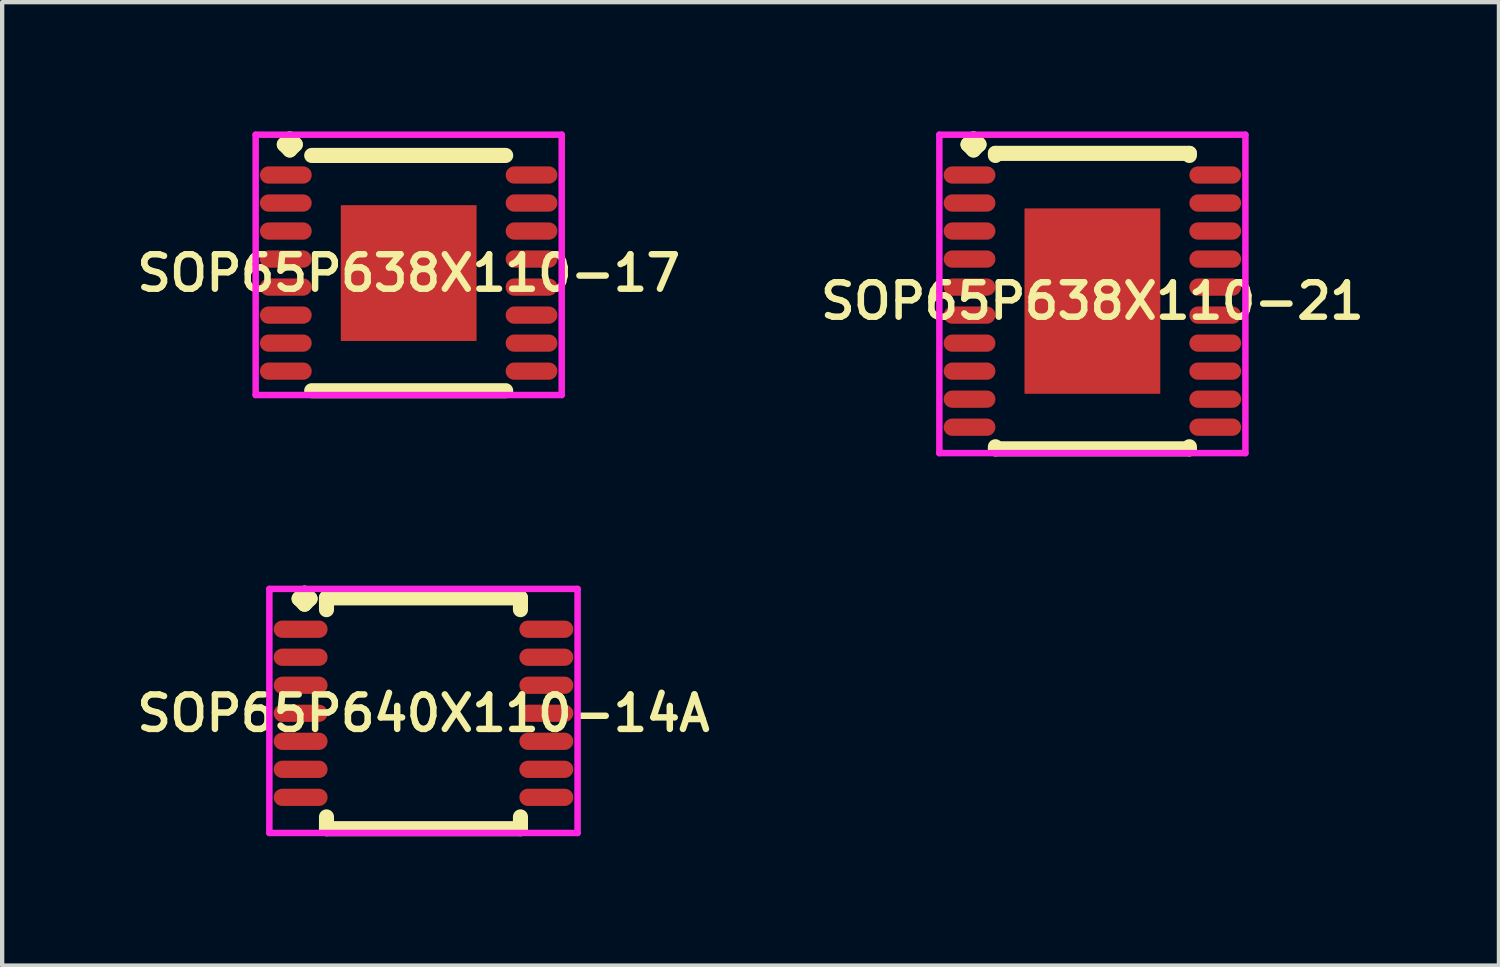
<source format=kicad_pcb>
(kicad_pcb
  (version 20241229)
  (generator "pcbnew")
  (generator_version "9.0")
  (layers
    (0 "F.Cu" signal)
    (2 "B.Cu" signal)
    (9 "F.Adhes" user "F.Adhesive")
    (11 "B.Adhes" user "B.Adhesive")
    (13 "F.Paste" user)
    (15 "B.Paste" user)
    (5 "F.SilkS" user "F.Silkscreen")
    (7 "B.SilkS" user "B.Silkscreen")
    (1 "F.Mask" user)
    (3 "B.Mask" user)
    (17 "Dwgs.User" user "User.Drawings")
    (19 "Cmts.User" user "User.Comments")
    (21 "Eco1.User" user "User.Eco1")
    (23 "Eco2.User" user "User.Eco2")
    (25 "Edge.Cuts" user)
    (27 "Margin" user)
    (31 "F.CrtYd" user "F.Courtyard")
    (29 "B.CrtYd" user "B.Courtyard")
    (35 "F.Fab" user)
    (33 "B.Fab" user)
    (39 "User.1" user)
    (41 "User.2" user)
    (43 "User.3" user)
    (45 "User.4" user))
  (footprint "SOP65P638X110-21"
    (layer "F.Cu")
    (at 22.292 3.935)
    (property "Reference" "SOP65P638X110-21" (at 0 0 0) (layer "F.SilkS") (effects (font (size 0.8 0.8) (thickness 0.15))))
    (attr smd)
    (fp_line (start -2.885 -3.633) (end -2.758 -3.76) (stroke (width 0.35) (type solid)) (layer "F.SilkS"))
    (fp_line (start -2.758 -3.76) (end -2.631 -3.633) (stroke (width 0.35) (type solid)) (layer "F.SilkS"))
    (fp_line (start -2.758 -3.506) (end -2.885 -3.633) (stroke (width 0.35) (type solid)) (layer "F.SilkS"))
    (fp_line (start -2.631 -3.633) (end -2.758 -3.506) (stroke (width 0.35) (type solid)) (layer "F.SilkS"))
    (fp_line (start -2.25 -3.427) (end 2.25 -3.427) (stroke (width 0.35) (type solid)) (layer "F.SilkS"))
    (fp_line (start -2.25 -3.379) (end -2.25 -3.427) (stroke (width 0.35) (type solid)) (layer "F.SilkS"))
    (fp_line (start -2.25 3.379) (end -2.25 3.427) (stroke (width 0.35) (type solid)) (layer "F.SilkS"))
    (fp_line (start -2.25 3.427) (end 2.25 3.427) (stroke (width 0.35) (type solid)) (layer "F.SilkS"))
    (fp_line (start 2.25 -3.427) (end 2.25 -3.379) (stroke (width 0.35) (type solid)) (layer "F.SilkS"))
    (fp_line (start 2.25 3.427) (end 2.25 3.379) (stroke (width 0.35) (type solid)) (layer "F.SilkS"))
    (fp_line (start -3.55 -3.86) (end 3.55 -3.86) (stroke (width 0.15) (type solid)) (layer "F.CrtYd"))
    (fp_line (start -3.55 3.527) (end -3.55 -3.86) (stroke (width 0.15) (type solid)) (layer "F.CrtYd"))
    (fp_line (start 3.55 -3.86) (end 3.55 3.527) (stroke (width 0.15) (type solid)) (layer "F.CrtYd"))
    (fp_line (start 3.55 3.527) (end -3.55 3.527) (stroke (width 0.15) (type solid)) (layer "F.CrtYd"))
    (pad "1" smd oval (at -2.85 -2.925) (size 1.2 0.4) (layers "F.Cu" "F.Mask" "F.Paste"))
    (pad "2" smd oval (at -2.85 -2.275) (size 1.2 0.4) (layers "F.Cu" "F.Mask" "F.Paste"))
    (pad "3" smd oval (at -2.85 -1.625) (size 1.2 0.4) (layers "F.Cu" "F.Mask" "F.Paste"))
    (pad "4" smd oval (at -2.85 -0.975) (size 1.2 0.4) (layers "F.Cu" "F.Mask" "F.Paste"))
    (pad "5" smd oval (at -2.85 -0.325) (size 1.2 0.4) (layers "F.Cu" "F.Mask" "F.Paste"))
    (pad "6" smd oval (at -2.85 0.325) (size 1.2 0.4) (layers "F.Cu" "F.Mask" "F.Paste"))
    (pad "7" smd oval (at -2.85 0.975) (size 1.2 0.4) (layers "F.Cu" "F.Mask" "F.Paste"))
    (pad "8" smd oval (at -2.85 1.625) (size 1.2 0.4) (layers "F.Cu" "F.Mask" "F.Paste"))
    (pad "9" smd oval (at -2.85 2.275) (size 1.2 0.4) (layers "F.Cu" "F.Mask" "F.Paste"))
    (pad "10" smd oval (at -2.85 2.925) (size 1.2 0.4) (layers "F.Cu" "F.Mask" "F.Paste"))
    (pad "11" smd oval (at 2.85 2.925) (size 1.2 0.4) (layers "F.Cu" "F.Mask" "F.Paste"))
    (pad "12" smd oval (at 2.85 2.275) (size 1.2 0.4) (layers "F.Cu" "F.Mask" "F.Paste"))
    (pad "13" smd oval (at 2.85 1.625) (size 1.2 0.4) (layers "F.Cu" "F.Mask" "F.Paste"))
    (pad "14" smd oval (at 2.85 0.975) (size 1.2 0.4) (layers "F.Cu" "F.Mask" "F.Paste"))
    (pad "15" smd oval (at 2.85 0.325) (size 1.2 0.4) (layers "F.Cu" "F.Mask" "F.Paste"))
    (pad "16" smd oval (at 2.85 -0.325) (size 1.2 0.4) (layers "F.Cu" "F.Mask" "F.Paste"))
    (pad "17" smd oval (at 2.85 -0.975) (size 1.2 0.4) (layers "F.Cu" "F.Mask" "F.Paste"))
    (pad "18" smd oval (at 2.85 -1.625) (size 1.2 0.4) (layers "F.Cu" "F.Mask" "F.Paste"))
    (pad "19" smd oval (at 2.85 -2.275) (size 1.2 0.4) (layers "F.Cu" "F.Mask" "F.Paste"))
    (pad "20" smd oval (at 2.85 -2.925) (size 1.2 0.4) (layers "F.Cu" "F.Mask" "F.Paste"))
    (pad "21" smd rect (at 0 0) (size 3.15 4.3) (layers "F.Cu" "F.Mask" "F.Paste")))
  (footprint "SOP65P638X110-17"
    (layer "F.Cu")
    (at 6.431 3.285)
    (property "Reference" "SOP65P638X110-17" (at 0 0 0) (layer "F.SilkS") (effects (font (size 0.8 0.8) (thickness 0.15))))
    (attr smd)
    (fp_line (start -2.885 -2.983) (end -2.758 -3.11) (stroke (width 0.35) (type solid)) (layer "F.SilkS"))
    (fp_line (start -2.758 -3.11) (end -2.631 -2.983) (stroke (width 0.35) (type solid)) (layer "F.SilkS"))
    (fp_line (start -2.758 -2.856) (end -2.885 -2.983) (stroke (width 0.35) (type solid)) (layer "F.SilkS"))
    (fp_line (start -2.631 -2.983) (end -2.758 -2.856) (stroke (width 0.35) (type solid)) (layer "F.SilkS"))
    (fp_line (start -2.25 -2.729) (end 2.25 -2.729) (stroke (width 0.35) (type solid)) (layer "F.SilkS"))
    (fp_line (start -2.25 2.729) (end 2.25 2.729) (stroke (width 0.35) (type solid)) (layer "F.SilkS"))
    (fp_line (start -3.55 -3.21) (end 3.55 -3.21) (stroke (width 0.15) (type solid)) (layer "F.CrtYd"))
    (fp_line (start -3.55 2.829) (end -3.55 -3.21) (stroke (width 0.15) (type solid)) (layer "F.CrtYd"))
    (fp_line (start 3.55 -3.21) (end 3.55 2.829) (stroke (width 0.15) (type solid)) (layer "F.CrtYd"))
    (fp_line (start 3.55 2.829) (end -3.55 2.829) (stroke (width 0.15) (type solid)) (layer "F.CrtYd"))
    (pad "1" smd oval (at -2.85 -2.275) (size 1.2 0.4) (layers "F.Cu" "F.Mask" "F.Paste"))
    (pad "2" smd oval (at -2.85 -1.625) (size 1.2 0.4) (layers "F.Cu" "F.Mask" "F.Paste"))
    (pad "3" smd oval (at -2.85 -0.975) (size 1.2 0.4) (layers "F.Cu" "F.Mask" "F.Paste"))
    (pad "4" smd oval (at -2.85 -0.325) (size 1.2 0.4) (layers "F.Cu" "F.Mask" "F.Paste"))
    (pad "5" smd oval (at -2.85 0.325) (size 1.2 0.4) (layers "F.Cu" "F.Mask" "F.Paste"))
    (pad "6" smd oval (at -2.85 0.975) (size 1.2 0.4) (layers "F.Cu" "F.Mask" "F.Paste"))
    (pad "7" smd oval (at -2.85 1.625) (size 1.2 0.4) (layers "F.Cu" "F.Mask" "F.Paste"))
    (pad "8" smd oval (at -2.85 2.275) (size 1.2 0.4) (layers "F.Cu" "F.Mask" "F.Paste"))
    (pad "9" smd oval (at 2.85 2.275) (size 1.2 0.4) (layers "F.Cu" "F.Mask" "F.Paste"))
    (pad "10" smd oval (at 2.85 1.625) (size 1.2 0.4) (layers "F.Cu" "F.Mask" "F.Paste"))
    (pad "11" smd oval (at 2.85 0.975) (size 1.2 0.4) (layers "F.Cu" "F.Mask" "F.Paste"))
    (pad "12" smd oval (at 2.85 0.325) (size 1.2 0.4) (layers "F.Cu" "F.Mask" "F.Paste"))
    (pad "13" smd oval (at 2.85 -0.325) (size 1.2 0.4) (layers "F.Cu" "F.Mask" "F.Paste"))
    (pad "14" smd oval (at 2.85 -0.975) (size 1.2 0.4) (layers "F.Cu" "F.Mask" "F.Paste"))
    (pad "15" smd oval (at 2.85 -1.625) (size 1.2 0.4) (layers "F.Cu" "F.Mask" "F.Paste"))
    (pad "16" smd oval (at 2.85 -2.275) (size 1.2 0.4) (layers "F.Cu" "F.Mask" "F.Paste"))
    (pad "17" smd rect (at 0 0) (size 3.15 3.15) (layers "F.Cu" "F.Mask" "F.Paste")))
  (footprint "SOP65P640X110-14A"
    (layer "F.Cu")
    (at 6.774 13.497)
    (property "Reference" "SOP65P640X110-14A" (at 0 0 0) (layer "F.SilkS") (effects (font (size 0.8 0.8) (thickness 0.15))))
    (attr smd)
    (fp_line (start -2.885 -2.658) (end -2.758 -2.785) (stroke (width 0.35) (type solid)) (layer "F.SilkS"))
    (fp_line (start -2.758 -2.785) (end -2.631 -2.658) (stroke (width 0.35) (type solid)) (layer "F.SilkS"))
    (fp_line (start -2.758 -2.531) (end -2.885 -2.658) (stroke (width 0.35) (type solid)) (layer "F.SilkS"))
    (fp_line (start -2.631 -2.658) (end -2.758 -2.531) (stroke (width 0.35) (type solid)) (layer "F.SilkS"))
    (fp_line (start -2.25 -2.677) (end 2.25 -2.677) (stroke (width 0.35) (type solid)) (layer "F.SilkS"))
    (fp_line (start -2.25 -2.404) (end -2.25 -2.677) (stroke (width 0.35) (type solid)) (layer "F.SilkS"))
    (fp_line (start -2.25 2.404) (end -2.25 2.677) (stroke (width 0.35) (type solid)) (layer "F.SilkS"))
    (fp_line (start -2.25 2.677) (end 2.25 2.677) (stroke (width 0.35) (type solid)) (layer "F.SilkS"))
    (fp_line (start 2.25 -2.677) (end 2.25 -2.404) (stroke (width 0.35) (type solid)) (layer "F.SilkS"))
    (fp_line (start 2.25 2.677) (end 2.25 2.404) (stroke (width 0.35) (type solid)) (layer "F.SilkS"))
    (fp_line (start -3.575 -2.885) (end 3.575 -2.885) (stroke (width 0.15) (type solid)) (layer "F.CrtYd"))
    (fp_line (start -3.575 2.777) (end -3.575 -2.885) (stroke (width 0.15) (type solid)) (layer "F.CrtYd"))
    (fp_line (start 3.575 -2.885) (end 3.575 2.777) (stroke (width 0.15) (type solid)) (layer "F.CrtYd"))
    (fp_line (start 3.575 2.777) (end -3.575 2.777) (stroke (width 0.15) (type solid)) (layer "F.CrtYd"))
    (pad "1" smd oval (at -2.85 -1.95) (size 1.25 0.4) (layers "F.Cu" "F.Mask" "F.Paste"))
    (pad "2" smd oval (at -2.85 -1.3) (size 1.25 0.4) (layers "F.Cu" "F.Mask" "F.Paste"))
    (pad "3" smd oval (at -2.85 -0.65) (size 1.25 0.4) (layers "F.Cu" "F.Mask" "F.Paste"))
    (pad "4" smd oval (at -2.85 0) (size 1.25 0.4) (layers "F.Cu" "F.Mask" "F.Paste"))
    (pad "5" smd oval (at -2.85 0.65) (size 1.25 0.4) (layers "F.Cu" "F.Mask" "F.Paste"))
    (pad "6" smd oval (at -2.85 1.3) (size 1.25 0.4) (layers "F.Cu" "F.Mask" "F.Paste"))
    (pad "7" smd oval (at -2.85 1.95) (size 1.25 0.4) (layers "F.Cu" "F.Mask" "F.Paste"))
    (pad "8" smd oval (at 2.85 1.95) (size 1.25 0.4) (layers "F.Cu" "F.Mask" "F.Paste"))
    (pad "9" smd oval (at 2.85 1.3) (size 1.25 0.4) (layers "F.Cu" "F.Mask" "F.Paste"))
    (pad "10" smd oval (at 2.85 0.65) (size 1.25 0.4) (layers "F.Cu" "F.Mask" "F.Paste"))
    (pad "11" smd oval (at 2.85 0) (size 1.25 0.4) (layers "F.Cu" "F.Mask" "F.Paste"))
    (pad "12" smd oval (at 2.85 -0.65) (size 1.25 0.4) (layers "F.Cu" "F.Mask" "F.Paste"))
    (pad "13" smd oval (at 2.85 -1.3) (size 1.25 0.4) (layers "F.Cu" "F.Mask" "F.Paste"))
    (pad "14" smd oval (at 2.85 -1.95) (size 1.25 0.4) (layers "F.Cu" "F.Mask" "F.Paste")))
  (gr_rect
    (start -3 -3)
    (end 31.723 19.349)
    (stroke (width 0.1) (type default))
    (fill no)
    (layer "Edge.Cuts")))
</source>
